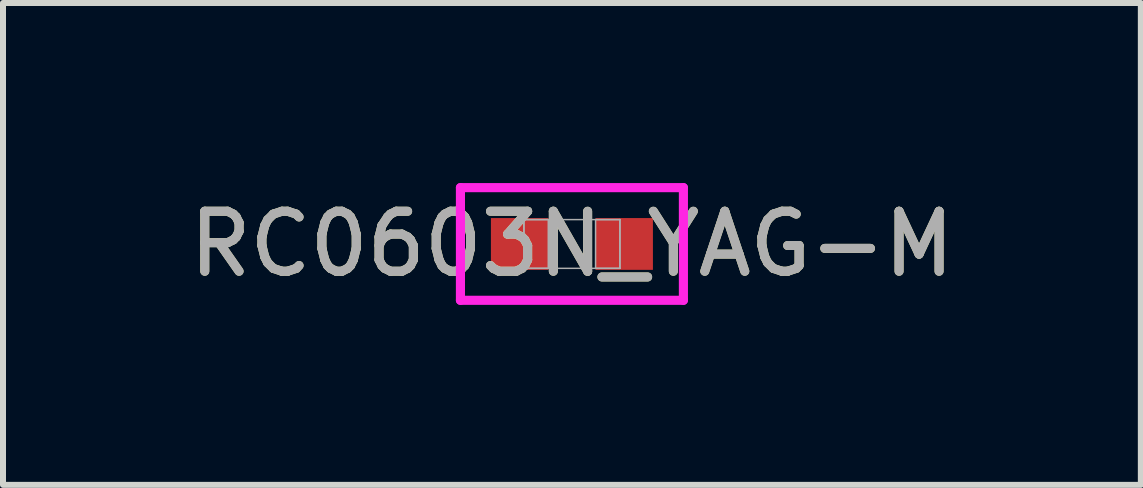
<source format=kicad_pcb>
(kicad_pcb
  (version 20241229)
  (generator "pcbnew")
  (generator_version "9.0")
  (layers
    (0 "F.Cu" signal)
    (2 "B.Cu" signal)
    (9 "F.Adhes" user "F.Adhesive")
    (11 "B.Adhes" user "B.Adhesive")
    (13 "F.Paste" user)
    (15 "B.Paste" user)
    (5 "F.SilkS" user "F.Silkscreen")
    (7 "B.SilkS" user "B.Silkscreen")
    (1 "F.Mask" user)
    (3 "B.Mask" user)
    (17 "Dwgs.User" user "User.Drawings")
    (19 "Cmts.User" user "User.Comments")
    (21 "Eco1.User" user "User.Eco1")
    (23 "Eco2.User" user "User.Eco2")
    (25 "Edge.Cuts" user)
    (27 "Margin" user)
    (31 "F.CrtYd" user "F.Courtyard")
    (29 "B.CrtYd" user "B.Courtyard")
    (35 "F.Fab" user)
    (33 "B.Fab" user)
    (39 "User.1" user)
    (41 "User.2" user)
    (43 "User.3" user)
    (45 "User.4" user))
  (footprint "RC0603N_YAG-M"
    (layer "F.Cu")
    (at 6.482 1.016)
    (property "Reference" "RC0603N_YAG-M" (at 0 0 0) (unlocked yes) (layer "F.SilkS") (effects (font (size 1 1) (thickness 0.15))))
    (attr smd)
    (fp_line (start -1.858 -0.939) (end 1.858 -0.939) (stroke (width 0.152) (type solid)) (layer "F.CrtYd"))
    (fp_line (start -1.858 0.939) (end -1.858 -0.939) (stroke (width 0.152) (type solid)) (layer "F.CrtYd"))
    (fp_line (start 1.858 -0.939) (end 1.858 0.939) (stroke (width 0.152) (type solid)) (layer "F.CrtYd"))
    (fp_line (start 1.858 0.939) (end -1.858 0.939) (stroke (width 0.152) (type solid)) (layer "F.CrtYd"))
    (fp_line (start -0.8 -0.406) (end -0.8 0.406) (stroke (width 0.025) (type solid)) (layer "F.Fab"))
    (fp_line (start -0.8 -0.406) (end -0.8 0.406) (stroke (width 0.025) (type solid)) (layer "F.Fab"))
    (fp_line (start -0.8 0.406) (end -0.394 0.406) (stroke (width 0.025) (type solid)) (layer "F.Fab"))
    (fp_line (start -0.8 0.406) (end 0.8 0.406) (stroke (width 0.025) (type solid)) (layer "F.Fab"))
    (fp_line (start -0.394 -0.406) (end -0.8 -0.406) (stroke (width 0.025) (type solid)) (layer "F.Fab"))
    (fp_line (start -0.394 0.406) (end -0.394 -0.406) (stroke (width 0.025) (type solid)) (layer "F.Fab"))
    (fp_line (start 0.394 -0.406) (end 0.394 0.406) (stroke (width 0.025) (type solid)) (layer "F.Fab"))
    (fp_line (start 0.394 0.406) (end 0.8 0.406) (stroke (width 0.025) (type solid)) (layer "F.Fab"))
    (fp_line (start 0.8 -0.406) (end -0.8 -0.406) (stroke (width 0.025) (type solid)) (layer "F.Fab"))
    (fp_line (start 0.8 -0.406) (end 0.394 -0.406) (stroke (width 0.025) (type solid)) (layer "F.Fab"))
    (fp_line (start 0.8 0.406) (end 0.8 -0.406) (stroke (width 0.025) (type solid)) (layer "F.Fab"))
    (fp_line (start 0.8 0.406) (end 0.8 -0.406) (stroke (width 0.025) (type solid)) (layer "F.Fab"))
    (fp_text user "${REFERENCE}" (at 0 0 0) (unlocked yes) (layer "F.Fab") (effects (font (size 1 1) (thickness 0.15))))
    (pad "1" smd rect (at -0.872 0) (size 0.956 0.863) (layers "F.Cu" "F.Mask" "F.Paste"))
    (pad "2" smd rect (at 0.872 0) (size 0.956 0.863) (layers "F.Cu" "F.Mask" "F.Paste"))
    (zone (net_name "") (layer "F.Cu") (hatch full 0.508) (connect_pads) (min_thickness 0.254) (filled_areas_thickness no) (keepout (tracks not_allowed) (vias not_allowed) (pads allowed) (copperpour not_allowed) (footprints allowed)) (placement (enabled no)) (fill) (polygon (pts (xy 6.139 0.66) (xy 6.825 0.66) (xy 6.825 1.371) (xy 6.139 1.371)))))
  (gr_rect
    (start -3 -3)
    (end 15.964 5.031)
    (stroke (width 0.1) (type default))
    (fill no)
    (layer "Edge.Cuts")))
</source>
